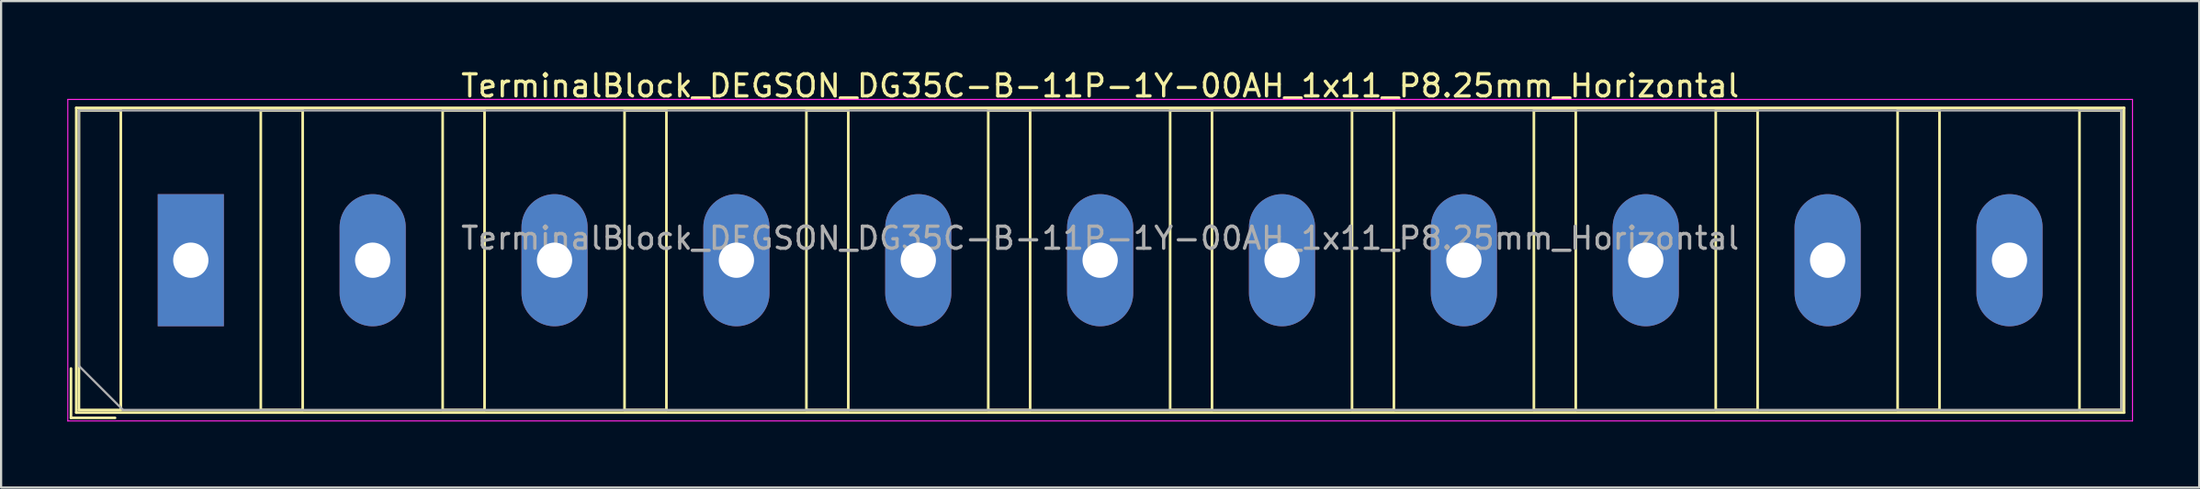
<source format=kicad_pcb>
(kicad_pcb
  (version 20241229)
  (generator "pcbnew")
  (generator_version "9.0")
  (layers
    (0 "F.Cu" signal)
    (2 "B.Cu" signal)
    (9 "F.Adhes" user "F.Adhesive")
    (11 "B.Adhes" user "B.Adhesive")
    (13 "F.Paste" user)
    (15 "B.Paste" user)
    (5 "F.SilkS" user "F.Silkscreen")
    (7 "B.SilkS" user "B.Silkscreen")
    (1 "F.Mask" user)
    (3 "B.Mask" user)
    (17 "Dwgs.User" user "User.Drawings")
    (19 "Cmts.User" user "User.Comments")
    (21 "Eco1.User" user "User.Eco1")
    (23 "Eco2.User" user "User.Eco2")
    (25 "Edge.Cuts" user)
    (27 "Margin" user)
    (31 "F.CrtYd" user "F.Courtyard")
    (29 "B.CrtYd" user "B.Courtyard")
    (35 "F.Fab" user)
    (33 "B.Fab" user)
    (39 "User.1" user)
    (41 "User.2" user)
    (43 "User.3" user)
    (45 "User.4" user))
  (footprint "TerminalBlock_DEGSON_DG35C-B-11P-1Y-00AH_1x11_P8.25mm_Horizontal"
    (layer "F.Cu")
    (at 5.605 8.768)
    (property "Reference" "TerminalBlock_DEGSON_DG35C-B-11P-1Y-00AH_1x11_P8.25mm_Horizontal" (at 41.25 -7.92 0) (layer "F.SilkS") (effects (font (size 1 1) (thickness 0.15))))
    (attr through_hole)
    (fp_line (start -1.98 -3.48) (end -1.98 3.48) (stroke (width 0.01) (type solid)) (layer "F.Mask"))
    (fp_line (start -1.98 3.48) (end 1.98 3.48) (stroke (width 0.01) (type solid)) (layer "F.Mask"))
    (fp_line (start 1.98 -3.48) (end -1.98 -3.48) (stroke (width 0.01) (type solid)) (layer "F.Mask"))
    (fp_line (start 1.98 3.48) (end 1.98 -3.48) (stroke (width 0.01) (type solid)) (layer "F.Mask"))
    (fp_line (start 6.27 -3.48) (end 6.27 3.48) (stroke (width 0.01) (type solid)) (layer "F.Mask"))
    (fp_line (start 6.27 3.48) (end 10.23 3.48) (stroke (width 0.01) (type solid)) (layer "F.Mask"))
    (fp_line (start 10.23 -3.48) (end 6.27 -3.48) (stroke (width 0.01) (type solid)) (layer "F.Mask"))
    (fp_line (start 10.23 3.48) (end 10.23 -3.48) (stroke (width 0.01) (type solid)) (layer "F.Mask"))
    (fp_line (start 14.52 -3.48) (end 14.52 3.48) (stroke (width 0.01) (type solid)) (layer "F.Mask"))
    (fp_line (start 14.52 3.48) (end 18.48 3.48) (stroke (width 0.01) (type solid)) (layer "F.Mask"))
    (fp_line (start 18.48 -3.48) (end 14.52 -3.48) (stroke (width 0.01) (type solid)) (layer "F.Mask"))
    (fp_line (start 18.48 3.48) (end 18.48 -3.48) (stroke (width 0.01) (type solid)) (layer "F.Mask"))
    (fp_line (start 22.77 -3.48) (end 22.77 3.48) (stroke (width 0.01) (type solid)) (layer "F.Mask"))
    (fp_line (start 22.77 3.48) (end 26.73 3.48) (stroke (width 0.01) (type solid)) (layer "F.Mask"))
    (fp_line (start 26.73 -3.48) (end 22.77 -3.48) (stroke (width 0.01) (type solid)) (layer "F.Mask"))
    (fp_line (start 26.73 3.48) (end 26.73 -3.48) (stroke (width 0.01) (type solid)) (layer "F.Mask"))
    (fp_line (start 31.02 -3.48) (end 31.02 3.48) (stroke (width 0.01) (type solid)) (layer "F.Mask"))
    (fp_line (start 31.02 3.48) (end 34.98 3.48) (stroke (width 0.01) (type solid)) (layer "F.Mask"))
    (fp_line (start 34.98 -3.48) (end 31.02 -3.48) (stroke (width 0.01) (type solid)) (layer "F.Mask"))
    (fp_line (start 34.98 3.48) (end 34.98 -3.48) (stroke (width 0.01) (type solid)) (layer "F.Mask"))
    (fp_line (start 39.27 -3.48) (end 39.27 3.48) (stroke (width 0.01) (type solid)) (layer "F.Mask"))
    (fp_line (start 39.27 3.48) (end 43.23 3.48) (stroke (width 0.01) (type solid)) (layer "F.Mask"))
    (fp_line (start 43.23 -3.48) (end 39.27 -3.48) (stroke (width 0.01) (type solid)) (layer "F.Mask"))
    (fp_line (start 43.23 3.48) (end 43.23 -3.48) (stroke (width 0.01) (type solid)) (layer "F.Mask"))
    (fp_line (start 47.52 -3.48) (end 47.52 3.48) (stroke (width 0.01) (type solid)) (layer "F.Mask"))
    (fp_line (start 47.52 3.48) (end 51.48 3.48) (stroke (width 0.01) (type solid)) (layer "F.Mask"))
    (fp_line (start 51.48 -3.48) (end 47.52 -3.48) (stroke (width 0.01) (type solid)) (layer "F.Mask"))
    (fp_line (start 51.48 3.48) (end 51.48 -3.48) (stroke (width 0.01) (type solid)) (layer "F.Mask"))
    (fp_line (start 55.77 -3.48) (end 55.77 3.48) (stroke (width 0.01) (type solid)) (layer "F.Mask"))
    (fp_line (start 55.77 3.48) (end 59.73 3.48) (stroke (width 0.01) (type solid)) (layer "F.Mask"))
    (fp_line (start 59.73 -3.48) (end 55.77 -3.48) (stroke (width 0.01) (type solid)) (layer "F.Mask"))
    (fp_line (start 59.73 3.48) (end 59.73 -3.48) (stroke (width 0.01) (type solid)) (layer "F.Mask"))
    (fp_line (start 64.02 -3.48) (end 64.02 3.48) (stroke (width 0.01) (type solid)) (layer "F.Mask"))
    (fp_line (start 64.02 3.48) (end 67.98 3.48) (stroke (width 0.01) (type solid)) (layer "F.Mask"))
    (fp_line (start 67.98 -3.48) (end 64.02 -3.48) (stroke (width 0.01) (type solid)) (layer "F.Mask"))
    (fp_line (start 67.98 3.48) (end 67.98 -3.48) (stroke (width 0.01) (type solid)) (layer "F.Mask"))
    (fp_line (start 72.27 -3.48) (end 72.27 3.48) (stroke (width 0.01) (type solid)) (layer "F.Mask"))
    (fp_line (start 72.27 3.48) (end 76.23 3.48) (stroke (width 0.01) (type solid)) (layer "F.Mask"))
    (fp_line (start 76.23 -3.48) (end 72.27 -3.48) (stroke (width 0.01) (type solid)) (layer "F.Mask"))
    (fp_line (start 76.23 3.48) (end 76.23 -3.48) (stroke (width 0.01) (type solid)) (layer "F.Mask"))
    (fp_line (start 80.52 -3.48) (end 80.52 3.48) (stroke (width 0.01) (type solid)) (layer "F.Mask"))
    (fp_line (start 80.52 3.48) (end 84.48 3.48) (stroke (width 0.01) (type solid)) (layer "F.Mask"))
    (fp_line (start 84.48 -3.48) (end 80.52 -3.48) (stroke (width 0.01) (type solid)) (layer "F.Mask"))
    (fp_line (start 84.48 3.48) (end 84.48 -3.48) (stroke (width 0.01) (type solid)) (layer "F.Mask"))
    (fp_line (start -5.435 4.92) (end -5.435 7.16) (stroke (width 0.12) (type solid)) (layer "F.SilkS"))
    (fp_line (start -5.435 7.16) (end -3.435 7.16) (stroke (width 0.12) (type solid)) (layer "F.SilkS"))
    (fp_line (start -5.195 -6.92) (end -5.195 6.92) (stroke (width 0.12) (type solid)) (layer "F.SilkS"))
    (fp_line (start -5.195 -6.92) (end 87.695 -6.92) (stroke (width 0.12) (type solid)) (layer "F.SilkS"))
    (fp_line (start -5.195 6.92) (end 87.695 6.92) (stroke (width 0.12) (type solid)) (layer "F.SilkS"))
    (fp_line (start -5.075 -6.8) (end -5.075 6.8) (stroke (width 0.12) (type solid)) (layer "F.SilkS"))
    (fp_line (start -5.075 6.8) (end -3.175 6.8) (stroke (width 0.12) (type solid)) (layer "F.SilkS"))
    (fp_line (start -3.175 -6.8) (end -5.075 -6.8) (stroke (width 0.12) (type solid)) (layer "F.SilkS"))
    (fp_line (start -3.175 6.8) (end -3.175 -6.8) (stroke (width 0.12) (type solid)) (layer "F.SilkS"))
    (fp_line (start 3.175 -6.8) (end 3.175 6.8) (stroke (width 0.12) (type solid)) (layer "F.SilkS"))
    (fp_line (start 3.175 6.8) (end 5.075 6.8) (stroke (width 0.12) (type solid)) (layer "F.SilkS"))
    (fp_line (start 5.075 -6.8) (end 3.175 -6.8) (stroke (width 0.12) (type solid)) (layer "F.SilkS"))
    (fp_line (start 5.075 6.8) (end 5.075 -6.8) (stroke (width 0.12) (type solid)) (layer "F.SilkS"))
    (fp_line (start 11.425 -6.8) (end 11.425 6.8) (stroke (width 0.12) (type solid)) (layer "F.SilkS"))
    (fp_line (start 11.425 6.8) (end 13.325 6.8) (stroke (width 0.12) (type solid)) (layer "F.SilkS"))
    (fp_line (start 13.325 -6.8) (end 11.425 -6.8) (stroke (width 0.12) (type solid)) (layer "F.SilkS"))
    (fp_line (start 13.325 6.8) (end 13.325 -6.8) (stroke (width 0.12) (type solid)) (layer "F.SilkS"))
    (fp_line (start 19.675 -6.8) (end 19.675 6.8) (stroke (width 0.12) (type solid)) (layer "F.SilkS"))
    (fp_line (start 19.675 6.8) (end 21.575 6.8) (stroke (width 0.12) (type solid)) (layer "F.SilkS"))
    (fp_line (start 21.575 -6.8) (end 19.675 -6.8) (stroke (width 0.12) (type solid)) (layer "F.SilkS"))
    (fp_line (start 21.575 6.8) (end 21.575 -6.8) (stroke (width 0.12) (type solid)) (layer "F.SilkS"))
    (fp_line (start 27.925 -6.8) (end 27.925 6.8) (stroke (width 0.12) (type solid)) (layer "F.SilkS"))
    (fp_line (start 27.925 6.8) (end 29.825 6.8) (stroke (width 0.12) (type solid)) (layer "F.SilkS"))
    (fp_line (start 29.825 -6.8) (end 27.925 -6.8) (stroke (width 0.12) (type solid)) (layer "F.SilkS"))
    (fp_line (start 29.825 6.8) (end 29.825 -6.8) (stroke (width 0.12) (type solid)) (layer "F.SilkS"))
    (fp_line (start 36.175 -6.8) (end 36.175 6.8) (stroke (width 0.12) (type solid)) (layer "F.SilkS"))
    (fp_line (start 36.175 6.8) (end 38.075 6.8) (stroke (width 0.12) (type solid)) (layer "F.SilkS"))
    (fp_line (start 38.075 -6.8) (end 36.175 -6.8) (stroke (width 0.12) (type solid)) (layer "F.SilkS"))
    (fp_line (start 38.075 6.8) (end 38.075 -6.8) (stroke (width 0.12) (type solid)) (layer "F.SilkS"))
    (fp_line (start 44.425 -6.8) (end 44.425 6.8) (stroke (width 0.12) (type solid)) (layer "F.SilkS"))
    (fp_line (start 44.425 6.8) (end 46.325 6.8) (stroke (width 0.12) (type solid)) (layer "F.SilkS"))
    (fp_line (start 46.325 -6.8) (end 44.425 -6.8) (stroke (width 0.12) (type solid)) (layer "F.SilkS"))
    (fp_line (start 46.325 6.8) (end 46.325 -6.8) (stroke (width 0.12) (type solid)) (layer "F.SilkS"))
    (fp_line (start 52.675 -6.8) (end 52.675 6.8) (stroke (width 0.12) (type solid)) (layer "F.SilkS"))
    (fp_line (start 52.675 6.8) (end 54.575 6.8) (stroke (width 0.12) (type solid)) (layer "F.SilkS"))
    (fp_line (start 54.575 -6.8) (end 52.675 -6.8) (stroke (width 0.12) (type solid)) (layer "F.SilkS"))
    (fp_line (start 54.575 6.8) (end 54.575 -6.8) (stroke (width 0.12) (type solid)) (layer "F.SilkS"))
    (fp_line (start 60.925 -6.8) (end 60.925 6.8) (stroke (width 0.12) (type solid)) (layer "F.SilkS"))
    (fp_line (start 60.925 6.8) (end 62.825 6.8) (stroke (width 0.12) (type solid)) (layer "F.SilkS"))
    (fp_line (start 62.825 -6.8) (end 60.925 -6.8) (stroke (width 0.12) (type solid)) (layer "F.SilkS"))
    (fp_line (start 62.825 6.8) (end 62.825 -6.8) (stroke (width 0.12) (type solid)) (layer "F.SilkS"))
    (fp_line (start 69.175 -6.8) (end 69.175 6.8) (stroke (width 0.12) (type solid)) (layer "F.SilkS"))
    (fp_line (start 69.175 6.8) (end 71.075 6.8) (stroke (width 0.12) (type solid)) (layer "F.SilkS"))
    (fp_line (start 71.075 -6.8) (end 69.175 -6.8) (stroke (width 0.12) (type solid)) (layer "F.SilkS"))
    (fp_line (start 71.075 6.8) (end 71.075 -6.8) (stroke (width 0.12) (type solid)) (layer "F.SilkS"))
    (fp_line (start 77.425 -6.8) (end 77.425 6.8) (stroke (width 0.12) (type solid)) (layer "F.SilkS"))
    (fp_line (start 77.425 6.8) (end 79.325 6.8) (stroke (width 0.12) (type solid)) (layer "F.SilkS"))
    (fp_line (start 79.325 -6.8) (end 77.425 -6.8) (stroke (width 0.12) (type solid)) (layer "F.SilkS"))
    (fp_line (start 79.325 6.8) (end 79.325 -6.8) (stroke (width 0.12) (type solid)) (layer "F.SilkS"))
    (fp_line (start 85.675 -6.8) (end 85.675 6.8) (stroke (width 0.12) (type solid)) (layer "F.SilkS"))
    (fp_line (start 85.675 6.8) (end 87.575 6.8) (stroke (width 0.12) (type solid)) (layer "F.SilkS"))
    (fp_line (start 87.575 -6.8) (end 85.675 -6.8) (stroke (width 0.12) (type solid)) (layer "F.SilkS"))
    (fp_line (start 87.575 6.8) (end 87.575 -6.8) (stroke (width 0.12) (type solid)) (layer "F.SilkS"))
    (fp_line (start 87.695 -6.92) (end 87.695 6.92) (stroke (width 0.12) (type solid)) (layer "F.SilkS"))
    (fp_line (start -5.58 -7.3) (end -5.58 7.3) (stroke (width 0.05) (type solid)) (layer "F.CrtYd"))
    (fp_line (start -5.58 7.3) (end 88.08 7.3) (stroke (width 0.05) (type solid)) (layer "F.CrtYd"))
    (fp_line (start 88.08 -7.3) (end -5.58 -7.3) (stroke (width 0.05) (type solid)) (layer "F.CrtYd"))
    (fp_line (start 88.08 7.3) (end 88.08 -7.3) (stroke (width 0.05) (type solid)) (layer "F.CrtYd"))
    (fp_line (start -5.075 -6.8) (end 87.575 -6.8) (stroke (width 0.1) (type solid)) (layer "F.Fab"))
    (fp_line (start -5.075 4.8) (end -5.075 -6.8) (stroke (width 0.1) (type solid)) (layer "F.Fab"))
    (fp_line (start -3.075 6.8) (end -5.075 4.8) (stroke (width 0.1) (type solid)) (layer "F.Fab"))
    (fp_line (start 87.575 -6.8) (end 87.575 6.8) (stroke (width 0.1) (type solid)) (layer "F.Fab"))
    (fp_line (start 87.575 6.8) (end -3.075 6.8) (stroke (width 0.1) (type solid)) (layer "F.Fab"))
    (fp_text user "${REFERENCE}" (at 41.25 -1 0) (layer "F.Fab") (effects (font (size 1 1) (thickness 0.15))))
    (pad "1" thru_hole rect (at 0 0) (size 3 6) (drill 1.6) (layers "*.Cu" "*.Mask"))
    (pad "2" thru_hole oval (at 8.25 0) (size 3 6) (drill 1.6) (layers "*.Cu" "*.Mask"))
    (pad "3" thru_hole oval (at 16.5 0) (size 3 6) (drill 1.6) (layers "*.Cu" "*.Mask"))
    (pad "4" thru_hole oval (at 24.75 0) (size 3 6) (drill 1.6) (layers "*.Cu" "*.Mask"))
    (pad "5" thru_hole oval (at 33 0) (size 3 6) (drill 1.6) (layers "*.Cu" "*.Mask"))
    (pad "6" thru_hole oval (at 41.25 0) (size 3 6) (drill 1.6) (layers "*.Cu" "*.Mask"))
    (pad "7" thru_hole oval (at 49.5 0) (size 3 6) (drill 1.6) (layers "*.Cu" "*.Mask"))
    (pad "8" thru_hole oval (at 57.75 0) (size 3 6) (drill 1.6) (layers "*.Cu" "*.Mask"))
    (pad "9" thru_hole oval (at 66 0) (size 3 6) (drill 1.6) (layers "*.Cu" "*.Mask"))
    (pad "10" thru_hole oval (at 74.25 0) (size 3 6) (drill 1.6) (layers "*.Cu" "*.Mask"))
    (pad "11" thru_hole oval (at 82.5 0) (size 3 6) (drill 1.6) (layers "*.Cu" "*.Mask")))
  (gr_rect
    (start -3 -3)
    (end 96.71 19.093)
    (stroke (width 0.1) (type default))
    (fill no)
    (layer "Edge.Cuts")))
</source>
